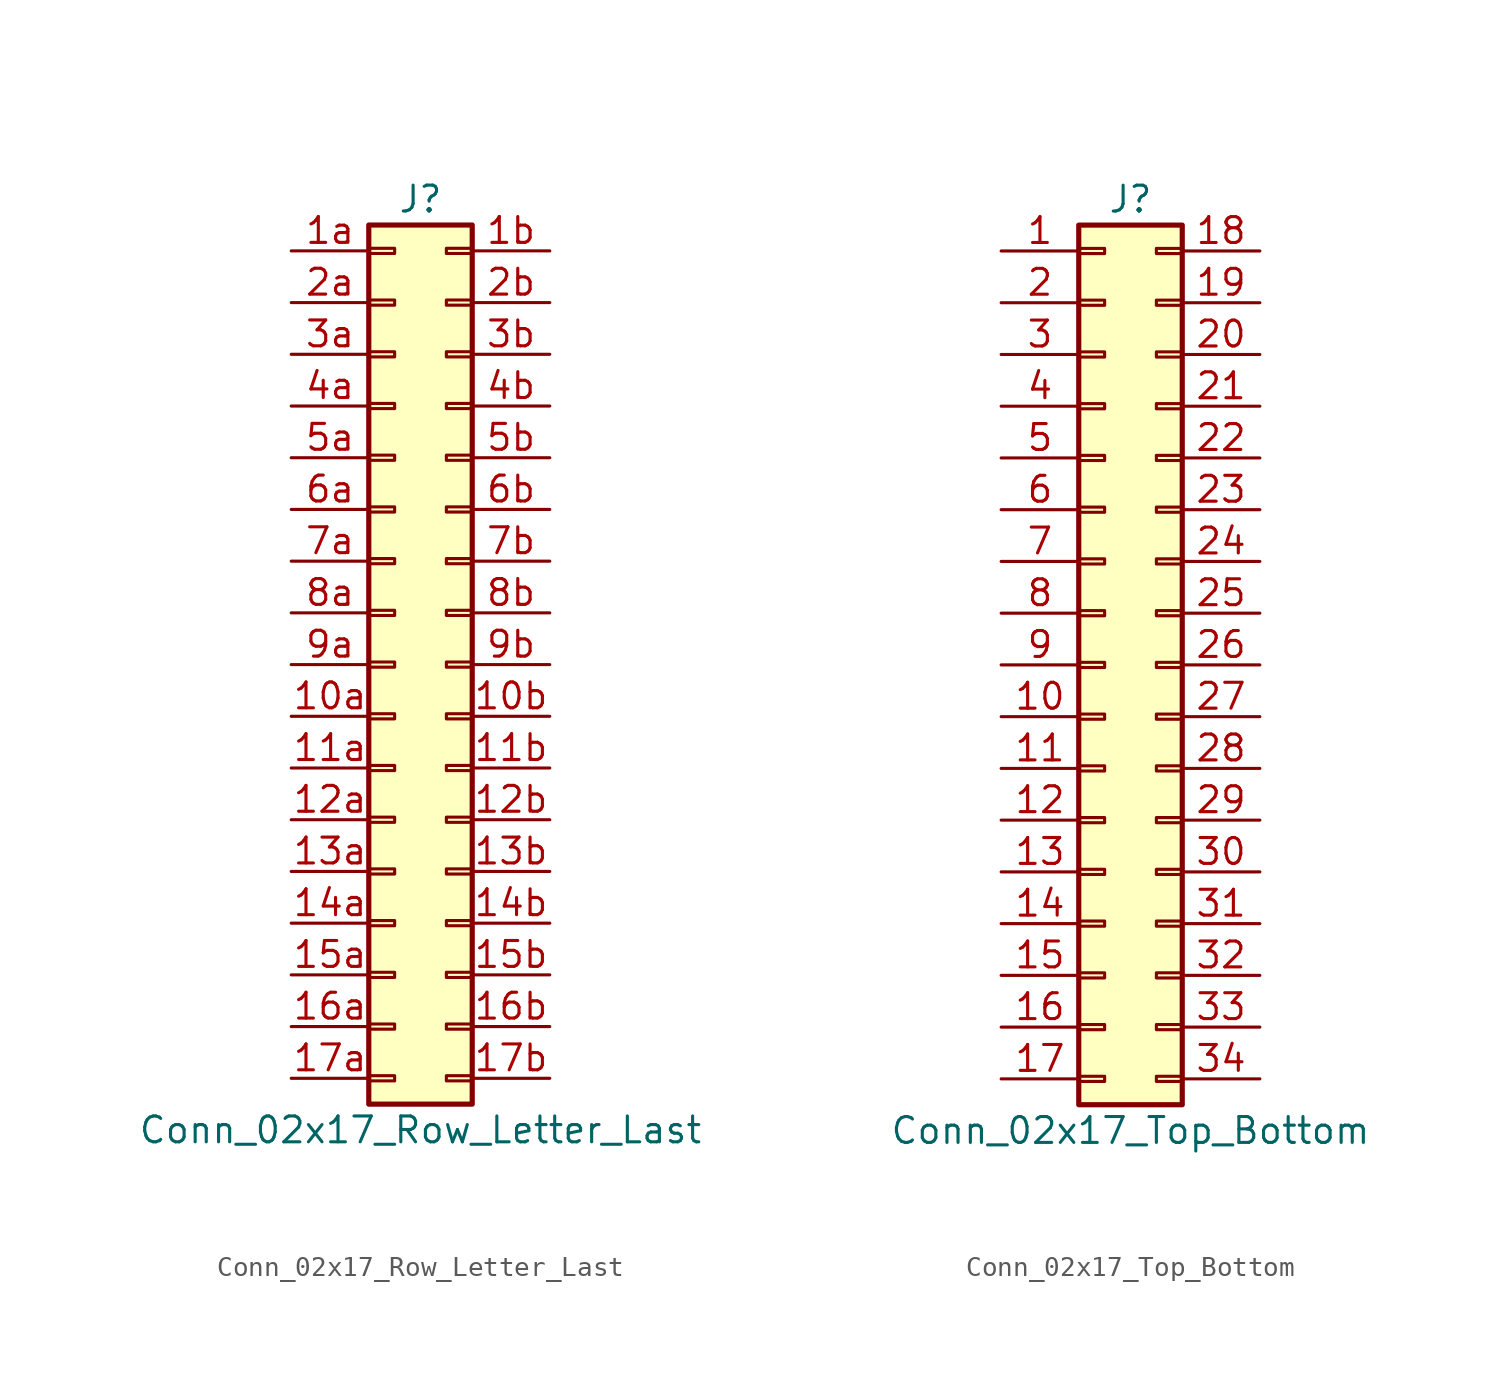
<source format=kicad_sym>
(kicad_symbol_lib
  (version 20201005)
  (generator kicad_symbol_editor)
  (symbol "Conn_02x17_Row_Letter_Last"
    (pin_names
      (offset 1.016) hide)
    (property "Reference" "J"
      (at 1.27 22.86 0)
      (effects (font (size 1.27 1.27))))
    (property "Value" "Conn_02x17_Row_Letter_Last"
      (at 1.27 -22.86 0)
      (effects (font (size 1.27 1.27))))
    (symbol "Conn_02x17_Row_Letter_Last_1_1"
      (rectangle (start -1.27 -20.193) (end 0 -20.447) (stroke (width 0.152)) (fill (type none)))
      (rectangle (start -1.27 -17.653) (end 0 -17.907) (stroke (width 0.152)) (fill (type none)))
      (rectangle (start -1.27 -15.113) (end 0 -15.367) (stroke (width 0.152)) (fill (type none)))
      (rectangle (start -1.27 -12.573) (end 0 -12.827) (stroke (width 0.152)) (fill (type none)))
      (rectangle (start -1.27 -10.033) (end 0 -10.287) (stroke (width 0.152)) (fill (type none)))
      (rectangle (start -1.27 -7.493) (end 0 -7.747) (stroke (width 0.152)) (fill (type none)))
      (rectangle (start -1.27 -4.953) (end 0 -5.207) (stroke (width 0.152)) (fill (type none)))
      (rectangle (start -1.27 -2.413) (end 0 -2.667) (stroke (width 0.152)) (fill (type none)))
      (rectangle (start -1.27 0.127) (end 0 -0.127) (stroke (width 0.152)) (fill (type none)))
      (rectangle (start -1.27 2.667) (end 0 2.413) (stroke (width 0.152)) (fill (type none)))
      (rectangle (start -1.27 5.207) (end 0 4.953) (stroke (width 0.152)) (fill (type none)))
      (rectangle (start -1.27 7.747) (end 0 7.493) (stroke (width 0.152)) (fill (type none)))
      (rectangle (start -1.27 10.287) (end 0 10.033) (stroke (width 0.152)) (fill (type none)))
      (rectangle (start -1.27 12.827) (end 0 12.573) (stroke (width 0.152)) (fill (type none)))
      (rectangle (start -1.27 15.367) (end 0 15.113) (stroke (width 0.152)) (fill (type none)))
      (rectangle (start -1.27 17.907) (end 0 17.653) (stroke (width 0.152)) (fill (type none)))
      (rectangle (start -1.27 20.447) (end 0 20.193) (stroke (width 0.152)) (fill (type none)))
      (rectangle (start 3.81 -20.193) (end 2.54 -20.447) (stroke (width 0.152)) (fill (type none)))
      (rectangle (start 3.81 -17.653) (end 2.54 -17.907) (stroke (width 0.152)) (fill (type none)))
      (rectangle (start 3.81 -15.113) (end 2.54 -15.367) (stroke (width 0.152)) (fill (type none)))
      (rectangle (start 3.81 -12.573) (end 2.54 -12.827) (stroke (width 0.152)) (fill (type none)))
      (rectangle (start 3.81 -10.033) (end 2.54 -10.287) (stroke (width 0.152)) (fill (type none)))
      (rectangle (start 3.81 -7.493) (end 2.54 -7.747) (stroke (width 0.152)) (fill (type none)))
      (rectangle (start 3.81 -4.953) (end 2.54 -5.207) (stroke (width 0.152)) (fill (type none)))
      (rectangle (start 3.81 -2.413) (end 2.54 -2.667) (stroke (width 0.152)) (fill (type none)))
      (rectangle (start 3.81 0.127) (end 2.54 -0.127) (stroke (width 0.152)) (fill (type none)))
      (rectangle (start 3.81 2.667) (end 2.54 2.413) (stroke (width 0.152)) (fill (type none)))
      (rectangle (start 3.81 5.207) (end 2.54 4.953) (stroke (width 0.152)) (fill (type none)))
      (rectangle (start 3.81 7.747) (end 2.54 7.493) (stroke (width 0.152)) (fill (type none)))
      (rectangle (start 3.81 10.287) (end 2.54 10.033) (stroke (width 0.152)) (fill (type none)))
      (rectangle (start 3.81 12.827) (end 2.54 12.573) (stroke (width 0.152)) (fill (type none)))
      (rectangle (start 3.81 15.367) (end 2.54 15.113) (stroke (width 0.152)) (fill (type none)))
      (rectangle (start 3.81 17.907) (end 2.54 17.653) (stroke (width 0.152)) (fill (type none)))
      (rectangle (start 3.81 20.447) (end 2.54 20.193) (stroke (width 0.152)) (fill (type none)))
      (rectangle (start -1.27 21.59) (end 3.81 -21.59) (stroke (width 0.254)) (fill (type background)))
      (pin passive line (at -5.08 -2.54 0) (length 3.81) (name "Pin_10a" (effects (font (size 1.27 1.27)))) (number "10a" (effects (font (size 1.27 1.27)))))
      (pin passive line (at 7.62 -2.54 180) (length 3.81) (name "Pin_10b" (effects (font (size 1.27 1.27)))) (number "10b" (effects (font (size 1.27 1.27)))))
      (pin passive line (at -5.08 -5.08 0) (length 3.81) (name "Pin_11a" (effects (font (size 1.27 1.27)))) (number "11a" (effects (font (size 1.27 1.27)))))
      (pin passive line (at 7.62 -5.08 180) (length 3.81) (name "Pin_11b" (effects (font (size 1.27 1.27)))) (number "11b" (effects (font (size 1.27 1.27)))))
      (pin passive line (at -5.08 -7.62 0) (length 3.81) (name "Pin_12a" (effects (font (size 1.27 1.27)))) (number "12a" (effects (font (size 1.27 1.27)))))
      (pin passive line (at 7.62 -7.62 180) (length 3.81) (name "Pin_12b" (effects (font (size 1.27 1.27)))) (number "12b" (effects (font (size 1.27 1.27)))))
      (pin passive line (at -5.08 -10.16 0) (length 3.81) (name "Pin_13a" (effects (font (size 1.27 1.27)))) (number "13a" (effects (font (size 1.27 1.27)))))
      (pin passive line (at 7.62 -10.16 180) (length 3.81) (name "Pin_13b" (effects (font (size 1.27 1.27)))) (number "13b" (effects (font (size 1.27 1.27)))))
      (pin passive line (at -5.08 -12.7 0) (length 3.81) (name "Pin_14a" (effects (font (size 1.27 1.27)))) (number "14a" (effects (font (size 1.27 1.27)))))
      (pin passive line (at 7.62 -12.7 180) (length 3.81) (name "Pin_14b" (effects (font (size 1.27 1.27)))) (number "14b" (effects (font (size 1.27 1.27)))))
      (pin passive line (at -5.08 -15.24 0) (length 3.81) (name "Pin_15a" (effects (font (size 1.27 1.27)))) (number "15a" (effects (font (size 1.27 1.27)))))
      (pin passive line (at 7.62 -15.24 180) (length 3.81) (name "Pin_15b" (effects (font (size 1.27 1.27)))) (number "15b" (effects (font (size 1.27 1.27)))))
      (pin passive line (at -5.08 -17.78 0) (length 3.81) (name "Pin_16a" (effects (font (size 1.27 1.27)))) (number "16a" (effects (font (size 1.27 1.27)))))
      (pin passive line (at 7.62 -17.78 180) (length 3.81) (name "Pin_16b" (effects (font (size 1.27 1.27)))) (number "16b" (effects (font (size 1.27 1.27)))))
      (pin passive line (at -5.08 -20.32 0) (length 3.81) (name "Pin_17a" (effects (font (size 1.27 1.27)))) (number "17a" (effects (font (size 1.27 1.27)))))
      (pin passive line (at 7.62 -20.32 180) (length 3.81) (name "Pin_17b" (effects (font (size 1.27 1.27)))) (number "17b" (effects (font (size 1.27 1.27)))))
      (pin passive line (at -5.08 20.32 0) (length 3.81) (name "Pin_1a" (effects (font (size 1.27 1.27)))) (number "1a" (effects (font (size 1.27 1.27)))))
      (pin passive line (at 7.62 20.32 180) (length 3.81) (name "Pin_1b" (effects (font (size 1.27 1.27)))) (number "1b" (effects (font (size 1.27 1.27)))))
      (pin passive line (at -5.08 17.78 0) (length 3.81) (name "Pin_2a" (effects (font (size 1.27 1.27)))) (number "2a" (effects (font (size 1.27 1.27)))))
      (pin passive line (at 7.62 17.78 180) (length 3.81) (name "Pin_2b" (effects (font (size 1.27 1.27)))) (number "2b" (effects (font (size 1.27 1.27)))))
      (pin passive line (at -5.08 15.24 0) (length 3.81) (name "Pin_3a" (effects (font (size 1.27 1.27)))) (number "3a" (effects (font (size 1.27 1.27)))))
      (pin passive line (at 7.62 15.24 180) (length 3.81) (name "Pin_3b" (effects (font (size 1.27 1.27)))) (number "3b" (effects (font (size 1.27 1.27)))))
      (pin passive line (at -5.08 12.7 0) (length 3.81) (name "Pin_4a" (effects (font (size 1.27 1.27)))) (number "4a" (effects (font (size 1.27 1.27)))))
      (pin passive line (at 7.62 12.7 180) (length 3.81) (name "Pin_4b" (effects (font (size 1.27 1.27)))) (number "4b" (effects (font (size 1.27 1.27)))))
      (pin passive line (at -5.08 10.16 0) (length 3.81) (name "Pin_5a" (effects (font (size 1.27 1.27)))) (number "5a" (effects (font (size 1.27 1.27)))))
      (pin passive line (at 7.62 10.16 180) (length 3.81) (name "Pin_5b" (effects (font (size 1.27 1.27)))) (number "5b" (effects (font (size 1.27 1.27)))))
      (pin passive line (at -5.08 7.62 0) (length 3.81) (name "Pin_6a" (effects (font (size 1.27 1.27)))) (number "6a" (effects (font (size 1.27 1.27)))))
      (pin passive line (at 7.62 7.62 180) (length 3.81) (name "Pin_6b" (effects (font (size 1.27 1.27)))) (number "6b" (effects (font (size 1.27 1.27)))))
      (pin passive line (at -5.08 5.08 0) (length 3.81) (name "Pin_7a" (effects (font (size 1.27 1.27)))) (number "7a" (effects (font (size 1.27 1.27)))))
      (pin passive line (at 7.62 5.08 180) (length 3.81) (name "Pin_7b" (effects (font (size 1.27 1.27)))) (number "7b" (effects (font (size 1.27 1.27)))))
      (pin passive line (at -5.08 2.54 0) (length 3.81) (name "Pin_8a" (effects (font (size 1.27 1.27)))) (number "8a" (effects (font (size 1.27 1.27)))))
      (pin passive line (at 7.62 2.54 180) (length 3.81) (name "Pin_8b" (effects (font (size 1.27 1.27)))) (number "8b" (effects (font (size 1.27 1.27)))))
      (pin passive line (at -5.08 0 0) (length 3.81) (name "Pin_9a" (effects (font (size 1.27 1.27)))) (number "9a" (effects (font (size 1.27 1.27)))))
      (pin passive line (at 7.62 0 180) (length 3.81) (name "Pin_9b" (effects (font (size 1.27 1.27)))) (number "9b" (effects (font (size 1.27 1.27)))))))
  (symbol "Conn_02x17_Top_Bottom"
    (pin_names
      (offset 1.016) hide)
    (property "Reference" "J"
      (at 1.27 22.86 0)
      (effects (font (size 1.27 1.27))))
    (property "Value" "Conn_02x17_Top_Bottom"
      (at 1.27 -22.86 0)
      (effects (font (size 1.27 1.27))))
    (symbol "Conn_02x17_Top_Bottom_1_1"
      (rectangle (start -1.27 -20.193) (end 0 -20.447) (stroke (width 0.152)) (fill (type none)))
      (rectangle (start -1.27 -17.653) (end 0 -17.907) (stroke (width 0.152)) (fill (type none)))
      (rectangle (start -1.27 -15.113) (end 0 -15.367) (stroke (width 0.152)) (fill (type none)))
      (rectangle (start -1.27 -12.573) (end 0 -12.827) (stroke (width 0.152)) (fill (type none)))
      (rectangle (start -1.27 -10.033) (end 0 -10.287) (stroke (width 0.152)) (fill (type none)))
      (rectangle (start -1.27 -7.493) (end 0 -7.747) (stroke (width 0.152)) (fill (type none)))
      (rectangle (start -1.27 -4.953) (end 0 -5.207) (stroke (width 0.152)) (fill (type none)))
      (rectangle (start -1.27 -2.413) (end 0 -2.667) (stroke (width 0.152)) (fill (type none)))
      (rectangle (start -1.27 0.127) (end 0 -0.127) (stroke (width 0.152)) (fill (type none)))
      (rectangle (start -1.27 2.667) (end 0 2.413) (stroke (width 0.152)) (fill (type none)))
      (rectangle (start -1.27 5.207) (end 0 4.953) (stroke (width 0.152)) (fill (type none)))
      (rectangle (start -1.27 7.747) (end 0 7.493) (stroke (width 0.152)) (fill (type none)))
      (rectangle (start -1.27 10.287) (end 0 10.033) (stroke (width 0.152)) (fill (type none)))
      (rectangle (start -1.27 12.827) (end 0 12.573) (stroke (width 0.152)) (fill (type none)))
      (rectangle (start -1.27 15.367) (end 0 15.113) (stroke (width 0.152)) (fill (type none)))
      (rectangle (start -1.27 17.907) (end 0 17.653) (stroke (width 0.152)) (fill (type none)))
      (rectangle (start -1.27 20.447) (end 0 20.193) (stroke (width 0.152)) (fill (type none)))
      (rectangle (start 3.81 -20.193) (end 2.54 -20.447) (stroke (width 0.152)) (fill (type none)))
      (rectangle (start 3.81 -17.653) (end 2.54 -17.907) (stroke (width 0.152)) (fill (type none)))
      (rectangle (start 3.81 -15.113) (end 2.54 -15.367) (stroke (width 0.152)) (fill (type none)))
      (rectangle (start 3.81 -12.573) (end 2.54 -12.827) (stroke (width 0.152)) (fill (type none)))
      (rectangle (start 3.81 -10.033) (end 2.54 -10.287) (stroke (width 0.152)) (fill (type none)))
      (rectangle (start 3.81 -7.493) (end 2.54 -7.747) (stroke (width 0.152)) (fill (type none)))
      (rectangle (start 3.81 -4.953) (end 2.54 -5.207) (stroke (width 0.152)) (fill (type none)))
      (rectangle (start 3.81 -2.413) (end 2.54 -2.667) (stroke (width 0.152)) (fill (type none)))
      (rectangle (start 3.81 0.127) (end 2.54 -0.127) (stroke (width 0.152)) (fill (type none)))
      (rectangle (start 3.81 2.667) (end 2.54 2.413) (stroke (width 0.152)) (fill (type none)))
      (rectangle (start 3.81 5.207) (end 2.54 4.953) (stroke (width 0.152)) (fill (type none)))
      (rectangle (start 3.81 7.747) (end 2.54 7.493) (stroke (width 0.152)) (fill (type none)))
      (rectangle (start 3.81 10.287) (end 2.54 10.033) (stroke (width 0.152)) (fill (type none)))
      (rectangle (start 3.81 12.827) (end 2.54 12.573) (stroke (width 0.152)) (fill (type none)))
      (rectangle (start 3.81 15.367) (end 2.54 15.113) (stroke (width 0.152)) (fill (type none)))
      (rectangle (start 3.81 17.907) (end 2.54 17.653) (stroke (width 0.152)) (fill (type none)))
      (rectangle (start 3.81 20.447) (end 2.54 20.193) (stroke (width 0.152)) (fill (type none)))
      (rectangle (start -1.27 21.59) (end 3.81 -21.59) (stroke (width 0.254)) (fill (type background)))
      (pin passive line (at -5.08 20.32 0) (length 3.81) (name "Pin_1" (effects (font (size 1.27 1.27)))) (number "1" (effects (font (size 1.27 1.27)))))
      (pin passive line (at -5.08 -2.54 0) (length 3.81) (name "Pin_10" (effects (font (size 1.27 1.27)))) (number "10" (effects (font (size 1.27 1.27)))))
      (pin passive line (at -5.08 -5.08 0) (length 3.81) (name "Pin_11" (effects (font (size 1.27 1.27)))) (number "11" (effects (font (size 1.27 1.27)))))
      (pin passive line (at -5.08 -7.62 0) (length 3.81) (name "Pin_12" (effects (font (size 1.27 1.27)))) (number "12" (effects (font (size 1.27 1.27)))))
      (pin passive line (at -5.08 -10.16 0) (length 3.81) (name "Pin_13" (effects (font (size 1.27 1.27)))) (number "13" (effects (font (size 1.27 1.27)))))
      (pin passive line (at -5.08 -12.7 0) (length 3.81) (name "Pin_14" (effects (font (size 1.27 1.27)))) (number "14" (effects (font (size 1.27 1.27)))))
      (pin passive line (at -5.08 -15.24 0) (length 3.81) (name "Pin_15" (effects (font (size 1.27 1.27)))) (number "15" (effects (font (size 1.27 1.27)))))
      (pin passive line (at -5.08 -17.78 0) (length 3.81) (name "Pin_16" (effects (font (size 1.27 1.27)))) (number "16" (effects (font (size 1.27 1.27)))))
      (pin passive line (at -5.08 -20.32 0) (length 3.81) (name "Pin_17" (effects (font (size 1.27 1.27)))) (number "17" (effects (font (size 1.27 1.27)))))
      (pin passive line (at 7.62 20.32 180) (length 3.81) (name "Pin_18" (effects (font (size 1.27 1.27)))) (number "18" (effects (font (size 1.27 1.27)))))
      (pin passive line (at 7.62 17.78 180) (length 3.81) (name "Pin_19" (effects (font (size 1.27 1.27)))) (number "19" (effects (font (size 1.27 1.27)))))
      (pin passive line (at -5.08 17.78 0) (length 3.81) (name "Pin_2" (effects (font (size 1.27 1.27)))) (number "2" (effects (font (size 1.27 1.27)))))
      (pin passive line (at 7.62 15.24 180) (length 3.81) (name "Pin_20" (effects (font (size 1.27 1.27)))) (number "20" (effects (font (size 1.27 1.27)))))
      (pin passive line (at 7.62 12.7 180) (length 3.81) (name "Pin_21" (effects (font (size 1.27 1.27)))) (number "21" (effects (font (size 1.27 1.27)))))
      (pin passive line (at 7.62 10.16 180) (length 3.81) (name "Pin_22" (effects (font (size 1.27 1.27)))) (number "22" (effects (font (size 1.27 1.27)))))
      (pin passive line (at 7.62 7.62 180) (length 3.81) (name "Pin_23" (effects (font (size 1.27 1.27)))) (number "23" (effects (font (size 1.27 1.27)))))
      (pin passive line (at 7.62 5.08 180) (length 3.81) (name "Pin_24" (effects (font (size 1.27 1.27)))) (number "24" (effects (font (size 1.27 1.27)))))
      (pin passive line (at 7.62 2.54 180) (length 3.81) (name "Pin_25" (effects (font (size 1.27 1.27)))) (number "25" (effects (font (size 1.27 1.27)))))
      (pin passive line (at 7.62 0 180) (length 3.81) (name "Pin_26" (effects (font (size 1.27 1.27)))) (number "26" (effects (font (size 1.27 1.27)))))
      (pin passive line (at 7.62 -2.54 180) (length 3.81) (name "Pin_27" (effects (font (size 1.27 1.27)))) (number "27" (effects (font (size 1.27 1.27)))))
      (pin passive line (at 7.62 -5.08 180) (length 3.81) (name "Pin_28" (effects (font (size 1.27 1.27)))) (number "28" (effects (font (size 1.27 1.27)))))
      (pin passive line (at 7.62 -7.62 180) (length 3.81) (name "Pin_29" (effects (font (size 1.27 1.27)))) (number "29" (effects (font (size 1.27 1.27)))))
      (pin passive line (at -5.08 15.24 0) (length 3.81) (name "Pin_3" (effects (font (size 1.27 1.27)))) (number "3" (effects (font (size 1.27 1.27)))))
      (pin passive line (at 7.62 -10.16 180) (length 3.81) (name "Pin_30" (effects (font (size 1.27 1.27)))) (number "30" (effects (font (size 1.27 1.27)))))
      (pin passive line (at 7.62 -12.7 180) (length 3.81) (name "Pin_31" (effects (font (size 1.27 1.27)))) (number "31" (effects (font (size 1.27 1.27)))))
      (pin passive line (at 7.62 -15.24 180) (length 3.81) (name "Pin_32" (effects (font (size 1.27 1.27)))) (number "32" (effects (font (size 1.27 1.27)))))
      (pin passive line (at 7.62 -17.78 180) (length 3.81) (name "Pin_33" (effects (font (size 1.27 1.27)))) (number "33" (effects (font (size 1.27 1.27)))))
      (pin passive line (at 7.62 -20.32 180) (length 3.81) (name "Pin_34" (effects (font (size 1.27 1.27)))) (number "34" (effects (font (size 1.27 1.27)))))
      (pin passive line (at -5.08 12.7 0) (length 3.81) (name "Pin_4" (effects (font (size 1.27 1.27)))) (number "4" (effects (font (size 1.27 1.27)))))
      (pin passive line (at -5.08 10.16 0) (length 3.81) (name "Pin_5" (effects (font (size 1.27 1.27)))) (number "5" (effects (font (size 1.27 1.27)))))
      (pin passive line (at -5.08 7.62 0) (length 3.81) (name "Pin_6" (effects (font (size 1.27 1.27)))) (number "6" (effects (font (size 1.27 1.27)))))
      (pin passive line (at -5.08 5.08 0) (length 3.81) (name "Pin_7" (effects (font (size 1.27 1.27)))) (number "7" (effects (font (size 1.27 1.27)))))
      (pin passive line (at -5.08 2.54 0) (length 3.81) (name "Pin_8" (effects (font (size 1.27 1.27)))) (number "8" (effects (font (size 1.27 1.27)))))
      (pin passive line (at -5.08 0 0) (length 3.81) (name "Pin_9" (effects (font (size 1.27 1.27)))) (number "9" (effects (font (size 1.27 1.27))))))))
</source>
